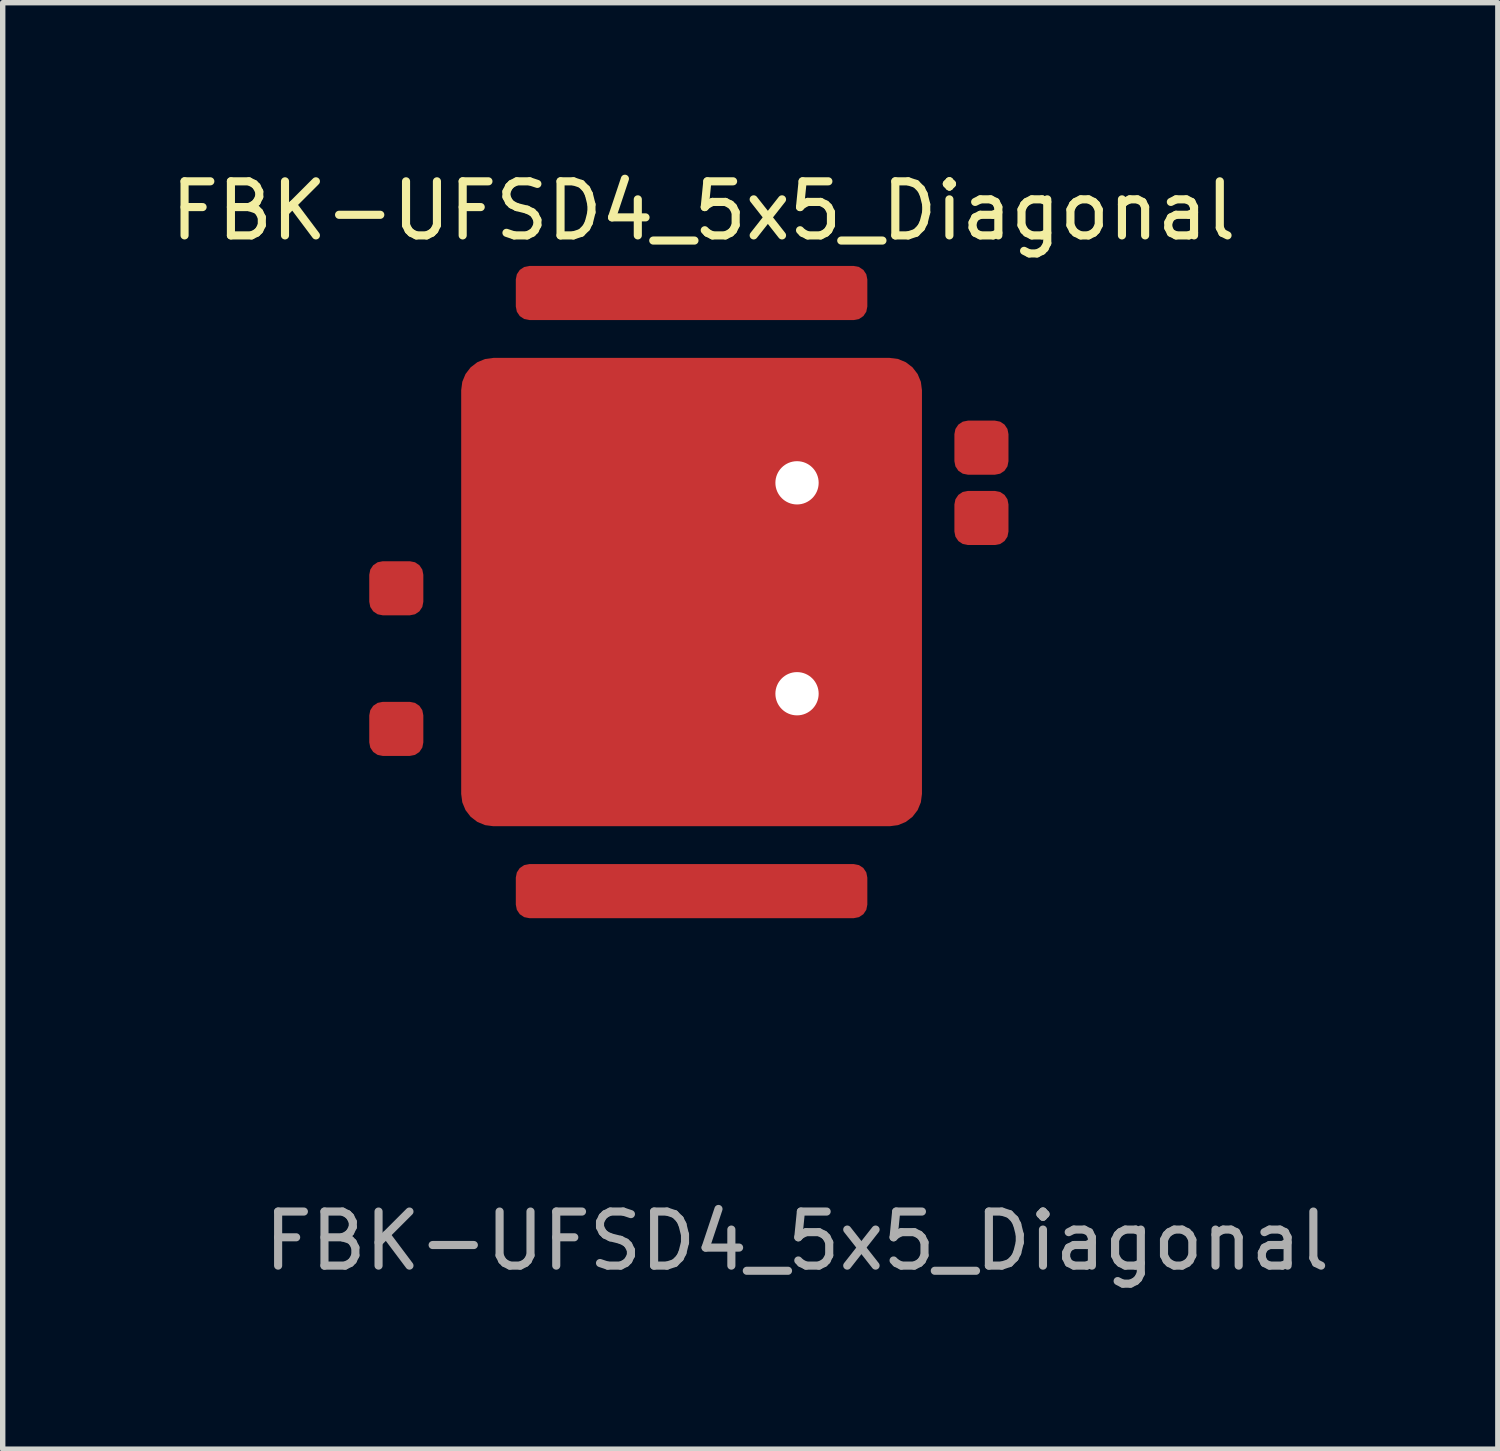
<source format=kicad_pcb>
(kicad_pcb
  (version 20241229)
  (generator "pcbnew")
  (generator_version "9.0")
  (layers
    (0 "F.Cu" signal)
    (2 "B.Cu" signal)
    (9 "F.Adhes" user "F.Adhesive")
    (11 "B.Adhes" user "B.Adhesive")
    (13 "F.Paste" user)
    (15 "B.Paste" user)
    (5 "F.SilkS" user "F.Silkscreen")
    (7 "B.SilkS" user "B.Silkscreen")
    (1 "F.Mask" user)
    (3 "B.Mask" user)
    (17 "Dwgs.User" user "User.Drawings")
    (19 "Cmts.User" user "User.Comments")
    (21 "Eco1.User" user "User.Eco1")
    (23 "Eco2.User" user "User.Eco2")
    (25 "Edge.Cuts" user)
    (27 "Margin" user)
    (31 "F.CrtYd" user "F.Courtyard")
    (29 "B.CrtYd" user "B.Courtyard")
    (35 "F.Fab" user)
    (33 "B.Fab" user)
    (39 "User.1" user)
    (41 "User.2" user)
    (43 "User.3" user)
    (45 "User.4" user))
  (footprint "FBK-UFSD4_5x5_Diagonal"
    (layer "F.Cu")
    (at 11.688 9.778)
    (property "Reference" "FBK-UFSD4_5x5_Diagonal" (at -1.73 -8.93 0) (unlocked yes) (layer "F.SilkS") (effects (font (size 1 1) (thickness 0.15))))
    (attr smd)
    (fp_rect (start -5.2 -5.2) (end 1.3 1.3) (stroke (width 0.1) (type default)) (fill no) (layer "User.1"))
    (fp_line (start -5.2 -3.9) (end 1.3 -3.9) (stroke (width 0.1) (type default)) (layer "User.2"))
    (fp_line (start -5.2 -2.6) (end 1.3 -2.6) (stroke (width 0.1) (type default)) (layer "User.2"))
    (fp_line (start -5.2 -1.3) (end 1.3 -1.3) (stroke (width 0.1) (type default)) (layer "User.2"))
    (fp_line (start -5.2 0) (end 1.3 0) (stroke (width 0.1) (type default)) (layer "User.2"))
    (fp_line (start -3.9 -5.2) (end -3.9 1.3) (stroke (width 0.1) (type default)) (layer "User.2"))
    (fp_line (start -2.6 -5.2) (end -2.6 1.3) (stroke (width 0.1) (type default)) (layer "User.2"))
    (fp_line (start -1.3 -5.2) (end -1.3 1.3) (stroke (width 0.1) (type default)) (layer "User.2"))
    (fp_line (start 0 -5.2) (end 0 1.3) (stroke (width 0.1) (type default)) (layer "User.2"))
    (fp_rect (start -6.21 -6.21) (end 2.31 2.45) (stroke (width 0.1) (type default)) (fill no) (layer "User.4"))
    (fp_rect (start -5.85 -5.85) (end 1.95 1.95) (stroke (width 0.1) (type default)) (fill no) (layer "User.4"))
    (fp_line (start -4.55 0.65) (end -7.41 0.65) (stroke (width 0.1) (type default)) (layer "User.9"))
    (fp_line (start -1.95 -1.95) (end -7.41 -1.95) (stroke (width 0.1) (type default)) (layer "User.9"))
    (fp_line (start -0.65 -3.25) (end 3.41 -3.25) (stroke (width 0.1) (type default)) (layer "User.9"))
    (fp_line (start 0.65 -4.55) (end 3.41 -4.55) (stroke (width 0.1) (type default)) (layer "User.9"))
    (fp_text user "${REFERENCE}" (at 0 10.12 0) (unlocked yes) (layer "F.Fab") (effects (font (size 1 1) (thickness 0.15))))
    (pad "" np_thru_hole circle (at 0 -3.9 90) (size 0.8 0.8) (drill 0.8) (layers "*.Cu"))
    (pad "" np_thru_hole circle (at 0 0 90) (size 0.8 0.8) (drill 0.8) (layers "*.Cu"))
    (pad "1" smd roundrect (at -1.95 -1.88) (size 8.52 8.66) (layers "F.Cu" "F.Mask") (roundrect_rratio 0.07))
    (pad "2" smd roundrect (at -1.95 -7.41) (size 6.5 1) (layers "F.Cu" "F.Mask") (roundrect_rratio 0.25))
    (pad "2" smd roundrect (at -1.95 3.65) (size 6.5 1) (layers "F.Cu" "F.Mask") (roundrect_rratio 0.25))
    (pad "3" smd roundrect (at -7.41 -1.95) (size 1 1) (layers "F.Cu" "F.Mask") (roundrect_rratio 0.25))
    (pad "4" smd roundrect (at -7.41 0.65) (size 1 1) (layers "F.Cu" "F.Mask") (roundrect_rratio 0.25))
    (pad "5" smd roundrect (at 3.41 -3.25) (size 1 1) (layers "F.Cu" "F.Mask") (roundrect_rratio 0.25))
    (pad "6" smd roundrect (at 3.41 -4.55) (size 1 1) (layers "F.Cu" "F.Mask") (roundrect_rratio 0.25)))
  (gr_rect
    (start -3 -3)
    (end 24.647 23.747)
    (stroke (width 0.1) (type default))
    (fill no)
    (layer "Edge.Cuts")))
</source>
